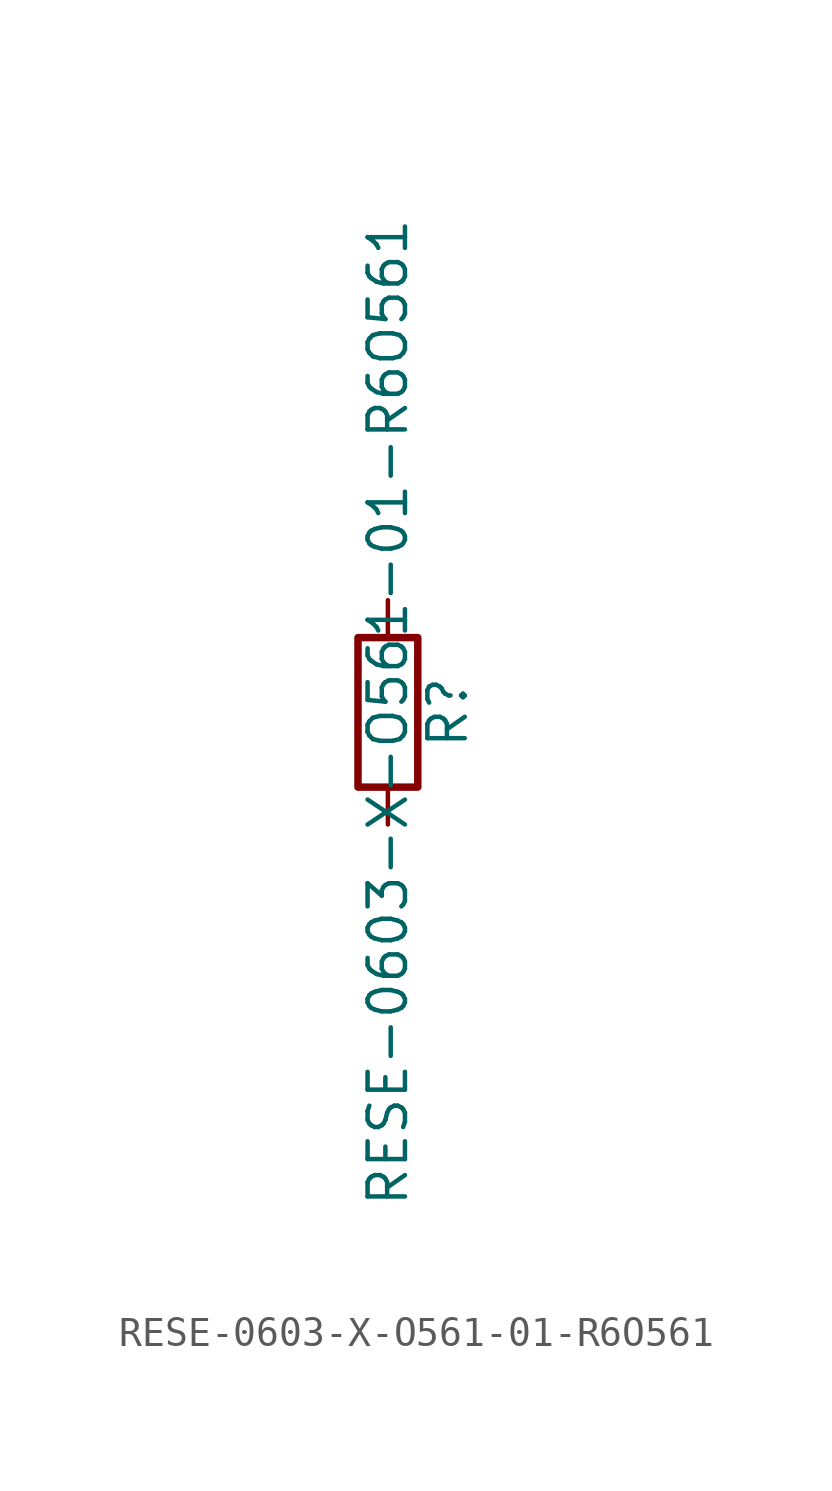
<source format=kicad_sym>
(kicad_symbol_lib
  (version 20211014)
  (generator kicad_symbol_editor)
  (symbol "RESE-0603-X-O561-01-R6O561"
    (pin_numbers hide)
    (pin_names
      (offset 0))
    (property "Reference" "R"
      (at 2.032 0 90)
      (effects (font (size 1.27 1.27))))
    (property "Value" "RESE-0603-X-O561-01-R6O561"
      (at 0 0 90)
      (effects (font (size 1.27 1.27))))
    (symbol "RESE-0603-X-O561-01-R6O561_0_1"
      (rectangle (start -1.016 -2.54) (end 1.016 2.54) (stroke (width 0.254) (type default) (color 0 0 0 0)) (fill (type none))))
    (symbol "RESE-0603-X-O561-01-R6O561_1_1"
      (pin passive line (at 0 3.81 270) (length 1.27) (name "~" (effects (font (size 1.27 1.27)))) (number "1" (effects (font (size 1.27 1.27)))))
      (pin passive line (at 0 -3.81 90) (length 1.27) (name "~" (effects (font (size 1.27 1.27)))) (number "2" (effects (font (size 1.27 1.27))))))))
</source>
